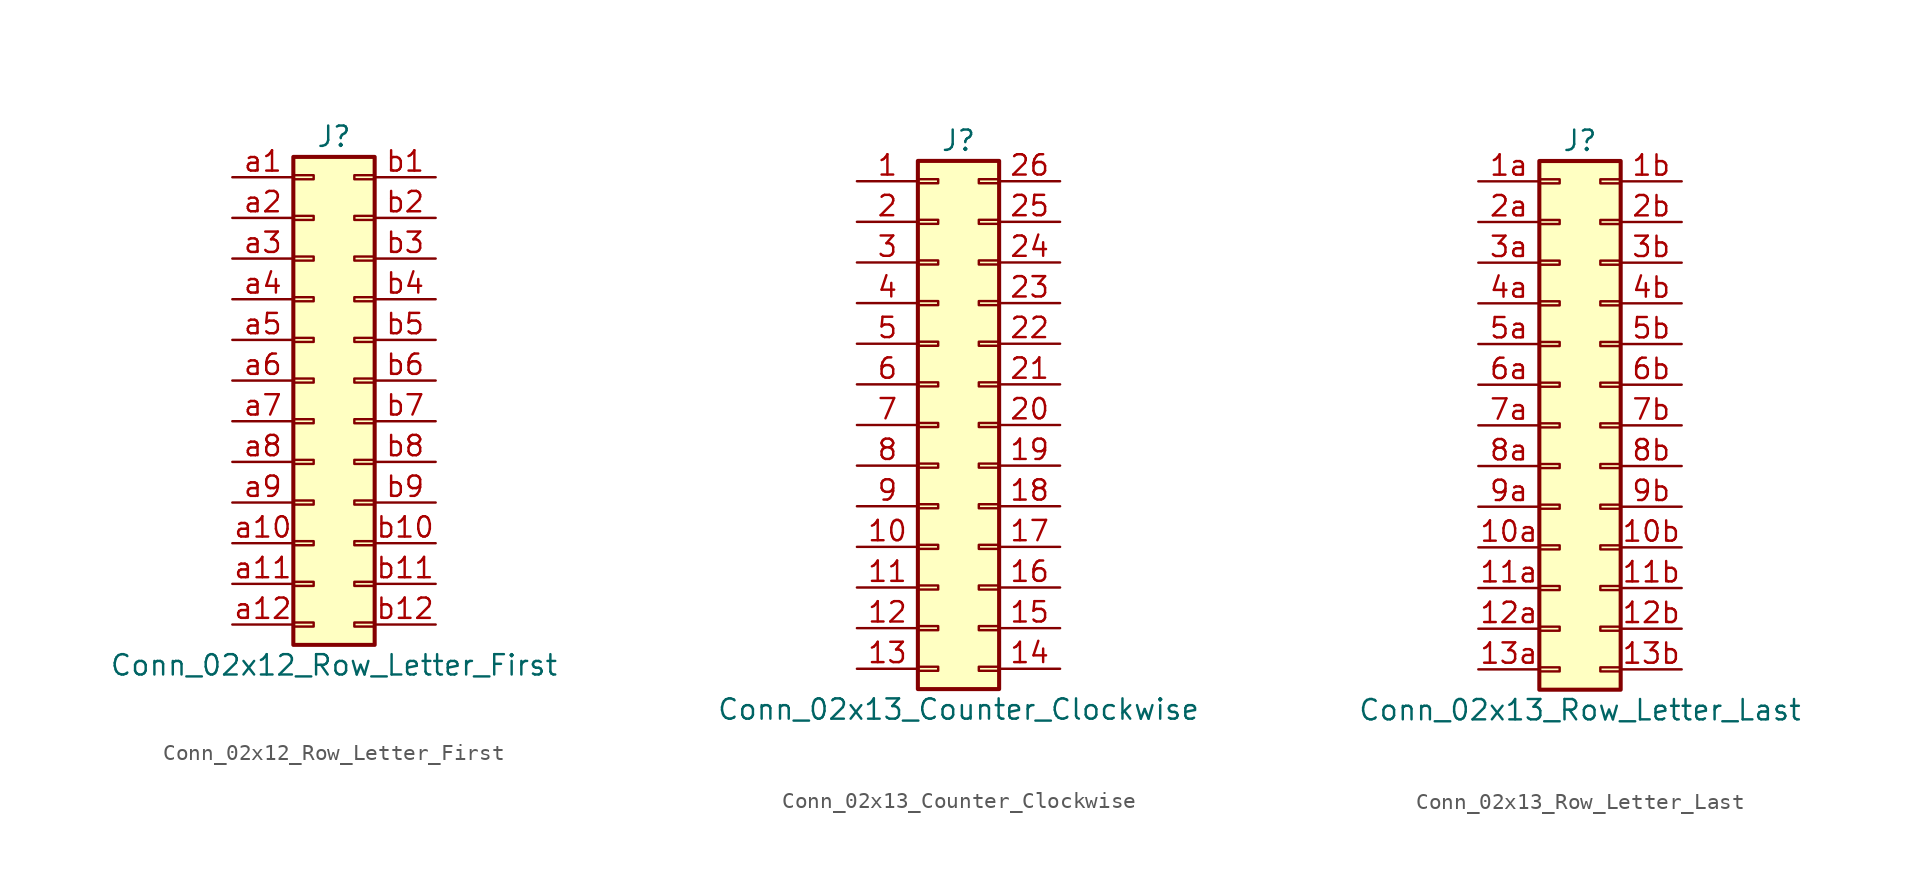
<source format=kicad_sym>
(kicad_symbol_lib
  (version 20211014)
  (generator kicad_symbol_editor)
  (symbol "Conn_02x12_Row_Letter_First"
    (pin_names
      (offset 1.016) hide)
    (property "Reference" "J"
      (at 1.27 15.24 0)
      (effects (font (size 1.27 1.27))))
    (property "Value" "Conn_02x12_Row_Letter_First"
      (at 1.27 -17.78 0)
      (effects (font (size 1.27 1.27))))
    (symbol "Conn_02x12_Row_Letter_First_1_1"
      (rectangle (start -1.27 -15.113) (end 0 -15.367) (stroke (width 0.152) (type default) (color 0 0 0 0)) (fill (type none)))
      (rectangle (start -1.27 -12.573) (end 0 -12.827) (stroke (width 0.152) (type default) (color 0 0 0 0)) (fill (type none)))
      (rectangle (start -1.27 -10.033) (end 0 -10.287) (stroke (width 0.152) (type default) (color 0 0 0 0)) (fill (type none)))
      (rectangle (start -1.27 -7.493) (end 0 -7.747) (stroke (width 0.152) (type default) (color 0 0 0 0)) (fill (type none)))
      (rectangle (start -1.27 -4.953) (end 0 -5.207) (stroke (width 0.152) (type default) (color 0 0 0 0)) (fill (type none)))
      (rectangle (start -1.27 -2.413) (end 0 -2.667) (stroke (width 0.152) (type default) (color 0 0 0 0)) (fill (type none)))
      (rectangle (start -1.27 0.127) (end 0 -0.127) (stroke (width 0.152) (type default) (color 0 0 0 0)) (fill (type none)))
      (rectangle (start -1.27 2.667) (end 0 2.413) (stroke (width 0.152) (type default) (color 0 0 0 0)) (fill (type none)))
      (rectangle (start -1.27 5.207) (end 0 4.953) (stroke (width 0.152) (type default) (color 0 0 0 0)) (fill (type none)))
      (rectangle (start -1.27 7.747) (end 0 7.493) (stroke (width 0.152) (type default) (color 0 0 0 0)) (fill (type none)))
      (rectangle (start -1.27 10.287) (end 0 10.033) (stroke (width 0.152) (type default) (color 0 0 0 0)) (fill (type none)))
      (rectangle (start -1.27 12.827) (end 0 12.573) (stroke (width 0.152) (type default) (color 0 0 0 0)) (fill (type none)))
      (rectangle (start -1.27 13.97) (end 3.81 -16.51) (stroke (width 0.254) (type default) (color 0 0 0 0)) (fill (type background)))
      (rectangle (start 3.81 -15.113) (end 2.54 -15.367) (stroke (width 0.152) (type default) (color 0 0 0 0)) (fill (type none)))
      (rectangle (start 3.81 -12.573) (end 2.54 -12.827) (stroke (width 0.152) (type default) (color 0 0 0 0)) (fill (type none)))
      (rectangle (start 3.81 -10.033) (end 2.54 -10.287) (stroke (width 0.152) (type default) (color 0 0 0 0)) (fill (type none)))
      (rectangle (start 3.81 -7.493) (end 2.54 -7.747) (stroke (width 0.152) (type default) (color 0 0 0 0)) (fill (type none)))
      (rectangle (start 3.81 -4.953) (end 2.54 -5.207) (stroke (width 0.152) (type default) (color 0 0 0 0)) (fill (type none)))
      (rectangle (start 3.81 -2.413) (end 2.54 -2.667) (stroke (width 0.152) (type default) (color 0 0 0 0)) (fill (type none)))
      (rectangle (start 3.81 0.127) (end 2.54 -0.127) (stroke (width 0.152) (type default) (color 0 0 0 0)) (fill (type none)))
      (rectangle (start 3.81 2.667) (end 2.54 2.413) (stroke (width 0.152) (type default) (color 0 0 0 0)) (fill (type none)))
      (rectangle (start 3.81 5.207) (end 2.54 4.953) (stroke (width 0.152) (type default) (color 0 0 0 0)) (fill (type none)))
      (rectangle (start 3.81 7.747) (end 2.54 7.493) (stroke (width 0.152) (type default) (color 0 0 0 0)) (fill (type none)))
      (rectangle (start 3.81 10.287) (end 2.54 10.033) (stroke (width 0.152) (type default) (color 0 0 0 0)) (fill (type none)))
      (rectangle (start 3.81 12.827) (end 2.54 12.573) (stroke (width 0.152) (type default) (color 0 0 0 0)) (fill (type none)))
      (pin passive line (at -5.08 12.7 0) (length 3.81) (name "Pin_a1" (effects (font (size 1.27 1.27)))) (number "a1" (effects (font (size 1.27 1.27)))))
      (pin passive line (at -5.08 -10.16 0) (length 3.81) (name "Pin_a10" (effects (font (size 1.27 1.27)))) (number "a10" (effects (font (size 1.27 1.27)))))
      (pin passive line (at -5.08 -12.7 0) (length 3.81) (name "Pin_a11" (effects (font (size 1.27 1.27)))) (number "a11" (effects (font (size 1.27 1.27)))))
      (pin passive line (at -5.08 -15.24 0) (length 3.81) (name "Pin_a12" (effects (font (size 1.27 1.27)))) (number "a12" (effects (font (size 1.27 1.27)))))
      (pin passive line (at -5.08 10.16 0) (length 3.81) (name "Pin_a2" (effects (font (size 1.27 1.27)))) (number "a2" (effects (font (size 1.27 1.27)))))
      (pin passive line (at -5.08 7.62 0) (length 3.81) (name "Pin_a3" (effects (font (size 1.27 1.27)))) (number "a3" (effects (font (size 1.27 1.27)))))
      (pin passive line (at -5.08 5.08 0) (length 3.81) (name "Pin_a4" (effects (font (size 1.27 1.27)))) (number "a4" (effects (font (size 1.27 1.27)))))
      (pin passive line (at -5.08 2.54 0) (length 3.81) (name "Pin_a5" (effects (font (size 1.27 1.27)))) (number "a5" (effects (font (size 1.27 1.27)))))
      (pin passive line (at -5.08 0 0) (length 3.81) (name "Pin_a6" (effects (font (size 1.27 1.27)))) (number "a6" (effects (font (size 1.27 1.27)))))
      (pin passive line (at -5.08 -2.54 0) (length 3.81) (name "Pin_a7" (effects (font (size 1.27 1.27)))) (number "a7" (effects (font (size 1.27 1.27)))))
      (pin passive line (at -5.08 -5.08 0) (length 3.81) (name "Pin_a8" (effects (font (size 1.27 1.27)))) (number "a8" (effects (font (size 1.27 1.27)))))
      (pin passive line (at -5.08 -7.62 0) (length 3.81) (name "Pin_a9" (effects (font (size 1.27 1.27)))) (number "a9" (effects (font (size 1.27 1.27)))))
      (pin passive line (at 7.62 12.7 180) (length 3.81) (name "Pin_b1" (effects (font (size 1.27 1.27)))) (number "b1" (effects (font (size 1.27 1.27)))))
      (pin passive line (at 7.62 -10.16 180) (length 3.81) (name "Pin_b10" (effects (font (size 1.27 1.27)))) (number "b10" (effects (font (size 1.27 1.27)))))
      (pin passive line (at 7.62 -12.7 180) (length 3.81) (name "Pin_b11" (effects (font (size 1.27 1.27)))) (number "b11" (effects (font (size 1.27 1.27)))))
      (pin passive line (at 7.62 -15.24 180) (length 3.81) (name "Pin_b12" (effects (font (size 1.27 1.27)))) (number "b12" (effects (font (size 1.27 1.27)))))
      (pin passive line (at 7.62 10.16 180) (length 3.81) (name "Pin_b2" (effects (font (size 1.27 1.27)))) (number "b2" (effects (font (size 1.27 1.27)))))
      (pin passive line (at 7.62 7.62 180) (length 3.81) (name "Pin_b3" (effects (font (size 1.27 1.27)))) (number "b3" (effects (font (size 1.27 1.27)))))
      (pin passive line (at 7.62 5.08 180) (length 3.81) (name "Pin_b4" (effects (font (size 1.27 1.27)))) (number "b4" (effects (font (size 1.27 1.27)))))
      (pin passive line (at 7.62 2.54 180) (length 3.81) (name "Pin_b5" (effects (font (size 1.27 1.27)))) (number "b5" (effects (font (size 1.27 1.27)))))
      (pin passive line (at 7.62 0 180) (length 3.81) (name "Pin_b6" (effects (font (size 1.27 1.27)))) (number "b6" (effects (font (size 1.27 1.27)))))
      (pin passive line (at 7.62 -2.54 180) (length 3.81) (name "Pin_b7" (effects (font (size 1.27 1.27)))) (number "b7" (effects (font (size 1.27 1.27)))))
      (pin passive line (at 7.62 -5.08 180) (length 3.81) (name "Pin_b8" (effects (font (size 1.27 1.27)))) (number "b8" (effects (font (size 1.27 1.27)))))
      (pin passive line (at 7.62 -7.62 180) (length 3.81) (name "Pin_b9" (effects (font (size 1.27 1.27)))) (number "b9" (effects (font (size 1.27 1.27)))))))
  (symbol "Conn_02x13_Counter_Clockwise"
    (pin_names
      (offset 1.016) hide)
    (property "Reference" "J"
      (at 1.27 17.78 0)
      (effects (font (size 1.27 1.27))))
    (property "Value" "Conn_02x13_Counter_Clockwise"
      (at 1.27 -17.78 0)
      (effects (font (size 1.27 1.27))))
    (symbol "Conn_02x13_Counter_Clockwise_1_1"
      (rectangle (start -1.27 -15.113) (end 0 -15.367) (stroke (width 0.152) (type default) (color 0 0 0 0)) (fill (type none)))
      (rectangle (start -1.27 -12.573) (end 0 -12.827) (stroke (width 0.152) (type default) (color 0 0 0 0)) (fill (type none)))
      (rectangle (start -1.27 -10.033) (end 0 -10.287) (stroke (width 0.152) (type default) (color 0 0 0 0)) (fill (type none)))
      (rectangle (start -1.27 -7.493) (end 0 -7.747) (stroke (width 0.152) (type default) (color 0 0 0 0)) (fill (type none)))
      (rectangle (start -1.27 -4.953) (end 0 -5.207) (stroke (width 0.152) (type default) (color 0 0 0 0)) (fill (type none)))
      (rectangle (start -1.27 -2.413) (end 0 -2.667) (stroke (width 0.152) (type default) (color 0 0 0 0)) (fill (type none)))
      (rectangle (start -1.27 0.127) (end 0 -0.127) (stroke (width 0.152) (type default) (color 0 0 0 0)) (fill (type none)))
      (rectangle (start -1.27 2.667) (end 0 2.413) (stroke (width 0.152) (type default) (color 0 0 0 0)) (fill (type none)))
      (rectangle (start -1.27 5.207) (end 0 4.953) (stroke (width 0.152) (type default) (color 0 0 0 0)) (fill (type none)))
      (rectangle (start -1.27 7.747) (end 0 7.493) (stroke (width 0.152) (type default) (color 0 0 0 0)) (fill (type none)))
      (rectangle (start -1.27 10.287) (end 0 10.033) (stroke (width 0.152) (type default) (color 0 0 0 0)) (fill (type none)))
      (rectangle (start -1.27 12.827) (end 0 12.573) (stroke (width 0.152) (type default) (color 0 0 0 0)) (fill (type none)))
      (rectangle (start -1.27 15.367) (end 0 15.113) (stroke (width 0.152) (type default) (color 0 0 0 0)) (fill (type none)))
      (rectangle (start -1.27 16.51) (end 3.81 -16.51) (stroke (width 0.254) (type default) (color 0 0 0 0)) (fill (type background)))
      (rectangle (start 3.81 -15.113) (end 2.54 -15.367) (stroke (width 0.152) (type default) (color 0 0 0 0)) (fill (type none)))
      (rectangle (start 3.81 -12.573) (end 2.54 -12.827) (stroke (width 0.152) (type default) (color 0 0 0 0)) (fill (type none)))
      (rectangle (start 3.81 -10.033) (end 2.54 -10.287) (stroke (width 0.152) (type default) (color 0 0 0 0)) (fill (type none)))
      (rectangle (start 3.81 -7.493) (end 2.54 -7.747) (stroke (width 0.152) (type default) (color 0 0 0 0)) (fill (type none)))
      (rectangle (start 3.81 -4.953) (end 2.54 -5.207) (stroke (width 0.152) (type default) (color 0 0 0 0)) (fill (type none)))
      (rectangle (start 3.81 -2.413) (end 2.54 -2.667) (stroke (width 0.152) (type default) (color 0 0 0 0)) (fill (type none)))
      (rectangle (start 3.81 0.127) (end 2.54 -0.127) (stroke (width 0.152) (type default) (color 0 0 0 0)) (fill (type none)))
      (rectangle (start 3.81 2.667) (end 2.54 2.413) (stroke (width 0.152) (type default) (color 0 0 0 0)) (fill (type none)))
      (rectangle (start 3.81 5.207) (end 2.54 4.953) (stroke (width 0.152) (type default) (color 0 0 0 0)) (fill (type none)))
      (rectangle (start 3.81 7.747) (end 2.54 7.493) (stroke (width 0.152) (type default) (color 0 0 0 0)) (fill (type none)))
      (rectangle (start 3.81 10.287) (end 2.54 10.033) (stroke (width 0.152) (type default) (color 0 0 0 0)) (fill (type none)))
      (rectangle (start 3.81 12.827) (end 2.54 12.573) (stroke (width 0.152) (type default) (color 0 0 0 0)) (fill (type none)))
      (rectangle (start 3.81 15.367) (end 2.54 15.113) (stroke (width 0.152) (type default) (color 0 0 0 0)) (fill (type none)))
      (pin passive line (at -5.08 15.24 0) (length 3.81) (name "Pin_1" (effects (font (size 1.27 1.27)))) (number "1" (effects (font (size 1.27 1.27)))))
      (pin passive line (at -5.08 -7.62 0) (length 3.81) (name "Pin_10" (effects (font (size 1.27 1.27)))) (number "10" (effects (font (size 1.27 1.27)))))
      (pin passive line (at -5.08 -10.16 0) (length 3.81) (name "Pin_11" (effects (font (size 1.27 1.27)))) (number "11" (effects (font (size 1.27 1.27)))))
      (pin passive line (at -5.08 -12.7 0) (length 3.81) (name "Pin_12" (effects (font (size 1.27 1.27)))) (number "12" (effects (font (size 1.27 1.27)))))
      (pin passive line (at -5.08 -15.24 0) (length 3.81) (name "Pin_13" (effects (font (size 1.27 1.27)))) (number "13" (effects (font (size 1.27 1.27)))))
      (pin passive line (at 7.62 -15.24 180) (length 3.81) (name "Pin_14" (effects (font (size 1.27 1.27)))) (number "14" (effects (font (size 1.27 1.27)))))
      (pin passive line (at 7.62 -12.7 180) (length 3.81) (name "Pin_15" (effects (font (size 1.27 1.27)))) (number "15" (effects (font (size 1.27 1.27)))))
      (pin passive line (at 7.62 -10.16 180) (length 3.81) (name "Pin_16" (effects (font (size 1.27 1.27)))) (number "16" (effects (font (size 1.27 1.27)))))
      (pin passive line (at 7.62 -7.62 180) (length 3.81) (name "Pin_17" (effects (font (size 1.27 1.27)))) (number "17" (effects (font (size 1.27 1.27)))))
      (pin passive line (at 7.62 -5.08 180) (length 3.81) (name "Pin_18" (effects (font (size 1.27 1.27)))) (number "18" (effects (font (size 1.27 1.27)))))
      (pin passive line (at 7.62 -2.54 180) (length 3.81) (name "Pin_19" (effects (font (size 1.27 1.27)))) (number "19" (effects (font (size 1.27 1.27)))))
      (pin passive line (at -5.08 12.7 0) (length 3.81) (name "Pin_2" (effects (font (size 1.27 1.27)))) (number "2" (effects (font (size 1.27 1.27)))))
      (pin passive line (at 7.62 0 180) (length 3.81) (name "Pin_20" (effects (font (size 1.27 1.27)))) (number "20" (effects (font (size 1.27 1.27)))))
      (pin passive line (at 7.62 2.54 180) (length 3.81) (name "Pin_21" (effects (font (size 1.27 1.27)))) (number "21" (effects (font (size 1.27 1.27)))))
      (pin passive line (at 7.62 5.08 180) (length 3.81) (name "Pin_22" (effects (font (size 1.27 1.27)))) (number "22" (effects (font (size 1.27 1.27)))))
      (pin passive line (at 7.62 7.62 180) (length 3.81) (name "Pin_23" (effects (font (size 1.27 1.27)))) (number "23" (effects (font (size 1.27 1.27)))))
      (pin passive line (at 7.62 10.16 180) (length 3.81) (name "Pin_24" (effects (font (size 1.27 1.27)))) (number "24" (effects (font (size 1.27 1.27)))))
      (pin passive line (at 7.62 12.7 180) (length 3.81) (name "Pin_25" (effects (font (size 1.27 1.27)))) (number "25" (effects (font (size 1.27 1.27)))))
      (pin passive line (at 7.62 15.24 180) (length 3.81) (name "Pin_26" (effects (font (size 1.27 1.27)))) (number "26" (effects (font (size 1.27 1.27)))))
      (pin passive line (at -5.08 10.16 0) (length 3.81) (name "Pin_3" (effects (font (size 1.27 1.27)))) (number "3" (effects (font (size 1.27 1.27)))))
      (pin passive line (at -5.08 7.62 0) (length 3.81) (name "Pin_4" (effects (font (size 1.27 1.27)))) (number "4" (effects (font (size 1.27 1.27)))))
      (pin passive line (at -5.08 5.08 0) (length 3.81) (name "Pin_5" (effects (font (size 1.27 1.27)))) (number "5" (effects (font (size 1.27 1.27)))))
      (pin passive line (at -5.08 2.54 0) (length 3.81) (name "Pin_6" (effects (font (size 1.27 1.27)))) (number "6" (effects (font (size 1.27 1.27)))))
      (pin passive line (at -5.08 0 0) (length 3.81) (name "Pin_7" (effects (font (size 1.27 1.27)))) (number "7" (effects (font (size 1.27 1.27)))))
      (pin passive line (at -5.08 -2.54 0) (length 3.81) (name "Pin_8" (effects (font (size 1.27 1.27)))) (number "8" (effects (font (size 1.27 1.27)))))
      (pin passive line (at -5.08 -5.08 0) (length 3.81) (name "Pin_9" (effects (font (size 1.27 1.27)))) (number "9" (effects (font (size 1.27 1.27)))))))
  (symbol "Conn_02x13_Row_Letter_Last"
    (pin_names
      (offset 1.016) hide)
    (property "Reference" "J"
      (at 1.27 17.78 0)
      (effects (font (size 1.27 1.27))))
    (property "Value" "Conn_02x13_Row_Letter_Last"
      (at 1.27 -17.78 0)
      (effects (font (size 1.27 1.27))))
    (symbol "Conn_02x13_Row_Letter_Last_1_1"
      (rectangle (start -1.27 -15.113) (end 0 -15.367) (stroke (width 0.152) (type default) (color 0 0 0 0)) (fill (type none)))
      (rectangle (start -1.27 -12.573) (end 0 -12.827) (stroke (width 0.152) (type default) (color 0 0 0 0)) (fill (type none)))
      (rectangle (start -1.27 -10.033) (end 0 -10.287) (stroke (width 0.152) (type default) (color 0 0 0 0)) (fill (type none)))
      (rectangle (start -1.27 -7.493) (end 0 -7.747) (stroke (width 0.152) (type default) (color 0 0 0 0)) (fill (type none)))
      (rectangle (start -1.27 -4.953) (end 0 -5.207) (stroke (width 0.152) (type default) (color 0 0 0 0)) (fill (type none)))
      (rectangle (start -1.27 -2.413) (end 0 -2.667) (stroke (width 0.152) (type default) (color 0 0 0 0)) (fill (type none)))
      (rectangle (start -1.27 0.127) (end 0 -0.127) (stroke (width 0.152) (type default) (color 0 0 0 0)) (fill (type none)))
      (rectangle (start -1.27 2.667) (end 0 2.413) (stroke (width 0.152) (type default) (color 0 0 0 0)) (fill (type none)))
      (rectangle (start -1.27 5.207) (end 0 4.953) (stroke (width 0.152) (type default) (color 0 0 0 0)) (fill (type none)))
      (rectangle (start -1.27 7.747) (end 0 7.493) (stroke (width 0.152) (type default) (color 0 0 0 0)) (fill (type none)))
      (rectangle (start -1.27 10.287) (end 0 10.033) (stroke (width 0.152) (type default) (color 0 0 0 0)) (fill (type none)))
      (rectangle (start -1.27 12.827) (end 0 12.573) (stroke (width 0.152) (type default) (color 0 0 0 0)) (fill (type none)))
      (rectangle (start -1.27 15.367) (end 0 15.113) (stroke (width 0.152) (type default) (color 0 0 0 0)) (fill (type none)))
      (rectangle (start -1.27 16.51) (end 3.81 -16.51) (stroke (width 0.254) (type default) (color 0 0 0 0)) (fill (type background)))
      (rectangle (start 3.81 -15.113) (end 2.54 -15.367) (stroke (width 0.152) (type default) (color 0 0 0 0)) (fill (type none)))
      (rectangle (start 3.81 -12.573) (end 2.54 -12.827) (stroke (width 0.152) (type default) (color 0 0 0 0)) (fill (type none)))
      (rectangle (start 3.81 -10.033) (end 2.54 -10.287) (stroke (width 0.152) (type default) (color 0 0 0 0)) (fill (type none)))
      (rectangle (start 3.81 -7.493) (end 2.54 -7.747) (stroke (width 0.152) (type default) (color 0 0 0 0)) (fill (type none)))
      (rectangle (start 3.81 -4.953) (end 2.54 -5.207) (stroke (width 0.152) (type default) (color 0 0 0 0)) (fill (type none)))
      (rectangle (start 3.81 -2.413) (end 2.54 -2.667) (stroke (width 0.152) (type default) (color 0 0 0 0)) (fill (type none)))
      (rectangle (start 3.81 0.127) (end 2.54 -0.127) (stroke (width 0.152) (type default) (color 0 0 0 0)) (fill (type none)))
      (rectangle (start 3.81 2.667) (end 2.54 2.413) (stroke (width 0.152) (type default) (color 0 0 0 0)) (fill (type none)))
      (rectangle (start 3.81 5.207) (end 2.54 4.953) (stroke (width 0.152) (type default) (color 0 0 0 0)) (fill (type none)))
      (rectangle (start 3.81 7.747) (end 2.54 7.493) (stroke (width 0.152) (type default) (color 0 0 0 0)) (fill (type none)))
      (rectangle (start 3.81 10.287) (end 2.54 10.033) (stroke (width 0.152) (type default) (color 0 0 0 0)) (fill (type none)))
      (rectangle (start 3.81 12.827) (end 2.54 12.573) (stroke (width 0.152) (type default) (color 0 0 0 0)) (fill (type none)))
      (rectangle (start 3.81 15.367) (end 2.54 15.113) (stroke (width 0.152) (type default) (color 0 0 0 0)) (fill (type none)))
      (pin passive line (at -5.08 -7.62 0) (length 3.81) (name "Pin_10a" (effects (font (size 1.27 1.27)))) (number "10a" (effects (font (size 1.27 1.27)))))
      (pin passive line (at 7.62 -7.62 180) (length 3.81) (name "Pin_10b" (effects (font (size 1.27 1.27)))) (number "10b" (effects (font (size 1.27 1.27)))))
      (pin passive line (at -5.08 -10.16 0) (length 3.81) (name "Pin_11a" (effects (font (size 1.27 1.27)))) (number "11a" (effects (font (size 1.27 1.27)))))
      (pin passive line (at 7.62 -10.16 180) (length 3.81) (name "Pin_11b" (effects (font (size 1.27 1.27)))) (number "11b" (effects (font (size 1.27 1.27)))))
      (pin passive line (at -5.08 -12.7 0) (length 3.81) (name "Pin_12a" (effects (font (size 1.27 1.27)))) (number "12a" (effects (font (size 1.27 1.27)))))
      (pin passive line (at 7.62 -12.7 180) (length 3.81) (name "Pin_12b" (effects (font (size 1.27 1.27)))) (number "12b" (effects (font (size 1.27 1.27)))))
      (pin passive line (at -5.08 -15.24 0) (length 3.81) (name "Pin_13a" (effects (font (size 1.27 1.27)))) (number "13a" (effects (font (size 1.27 1.27)))))
      (pin passive line (at 7.62 -15.24 180) (length 3.81) (name "Pin_13b" (effects (font (size 1.27 1.27)))) (number "13b" (effects (font (size 1.27 1.27)))))
      (pin passive line (at -5.08 15.24 0) (length 3.81) (name "Pin_1a" (effects (font (size 1.27 1.27)))) (number "1a" (effects (font (size 1.27 1.27)))))
      (pin passive line (at 7.62 15.24 180) (length 3.81) (name "Pin_1b" (effects (font (size 1.27 1.27)))) (number "1b" (effects (font (size 1.27 1.27)))))
      (pin passive line (at -5.08 12.7 0) (length 3.81) (name "Pin_2a" (effects (font (size 1.27 1.27)))) (number "2a" (effects (font (size 1.27 1.27)))))
      (pin passive line (at 7.62 12.7 180) (length 3.81) (name "Pin_2b" (effects (font (size 1.27 1.27)))) (number "2b" (effects (font (size 1.27 1.27)))))
      (pin passive line (at -5.08 10.16 0) (length 3.81) (name "Pin_3a" (effects (font (size 1.27 1.27)))) (number "3a" (effects (font (size 1.27 1.27)))))
      (pin passive line (at 7.62 10.16 180) (length 3.81) (name "Pin_3b" (effects (font (size 1.27 1.27)))) (number "3b" (effects (font (size 1.27 1.27)))))
      (pin passive line (at -5.08 7.62 0) (length 3.81) (name "Pin_4a" (effects (font (size 1.27 1.27)))) (number "4a" (effects (font (size 1.27 1.27)))))
      (pin passive line (at 7.62 7.62 180) (length 3.81) (name "Pin_4b" (effects (font (size 1.27 1.27)))) (number "4b" (effects (font (size 1.27 1.27)))))
      (pin passive line (at -5.08 5.08 0) (length 3.81) (name "Pin_5a" (effects (font (size 1.27 1.27)))) (number "5a" (effects (font (size 1.27 1.27)))))
      (pin passive line (at 7.62 5.08 180) (length 3.81) (name "Pin_5b" (effects (font (size 1.27 1.27)))) (number "5b" (effects (font (size 1.27 1.27)))))
      (pin passive line (at -5.08 2.54 0) (length 3.81) (name "Pin_6a" (effects (font (size 1.27 1.27)))) (number "6a" (effects (font (size 1.27 1.27)))))
      (pin passive line (at 7.62 2.54 180) (length 3.81) (name "Pin_6b" (effects (font (size 1.27 1.27)))) (number "6b" (effects (font (size 1.27 1.27)))))
      (pin passive line (at -5.08 0 0) (length 3.81) (name "Pin_7a" (effects (font (size 1.27 1.27)))) (number "7a" (effects (font (size 1.27 1.27)))))
      (pin passive line (at 7.62 0 180) (length 3.81) (name "Pin_7b" (effects (font (size 1.27 1.27)))) (number "7b" (effects (font (size 1.27 1.27)))))
      (pin passive line (at -5.08 -2.54 0) (length 3.81) (name "Pin_8a" (effects (font (size 1.27 1.27)))) (number "8a" (effects (font (size 1.27 1.27)))))
      (pin passive line (at 7.62 -2.54 180) (length 3.81) (name "Pin_8b" (effects (font (size 1.27 1.27)))) (number "8b" (effects (font (size 1.27 1.27)))))
      (pin passive line (at -5.08 -5.08 0) (length 3.81) (name "Pin_9a" (effects (font (size 1.27 1.27)))) (number "9a" (effects (font (size 1.27 1.27)))))
      (pin passive line (at 7.62 -5.08 180) (length 3.81) (name "Pin_9b" (effects (font (size 1.27 1.27)))) (number "9b" (effects (font (size 1.27 1.27))))))))
</source>
